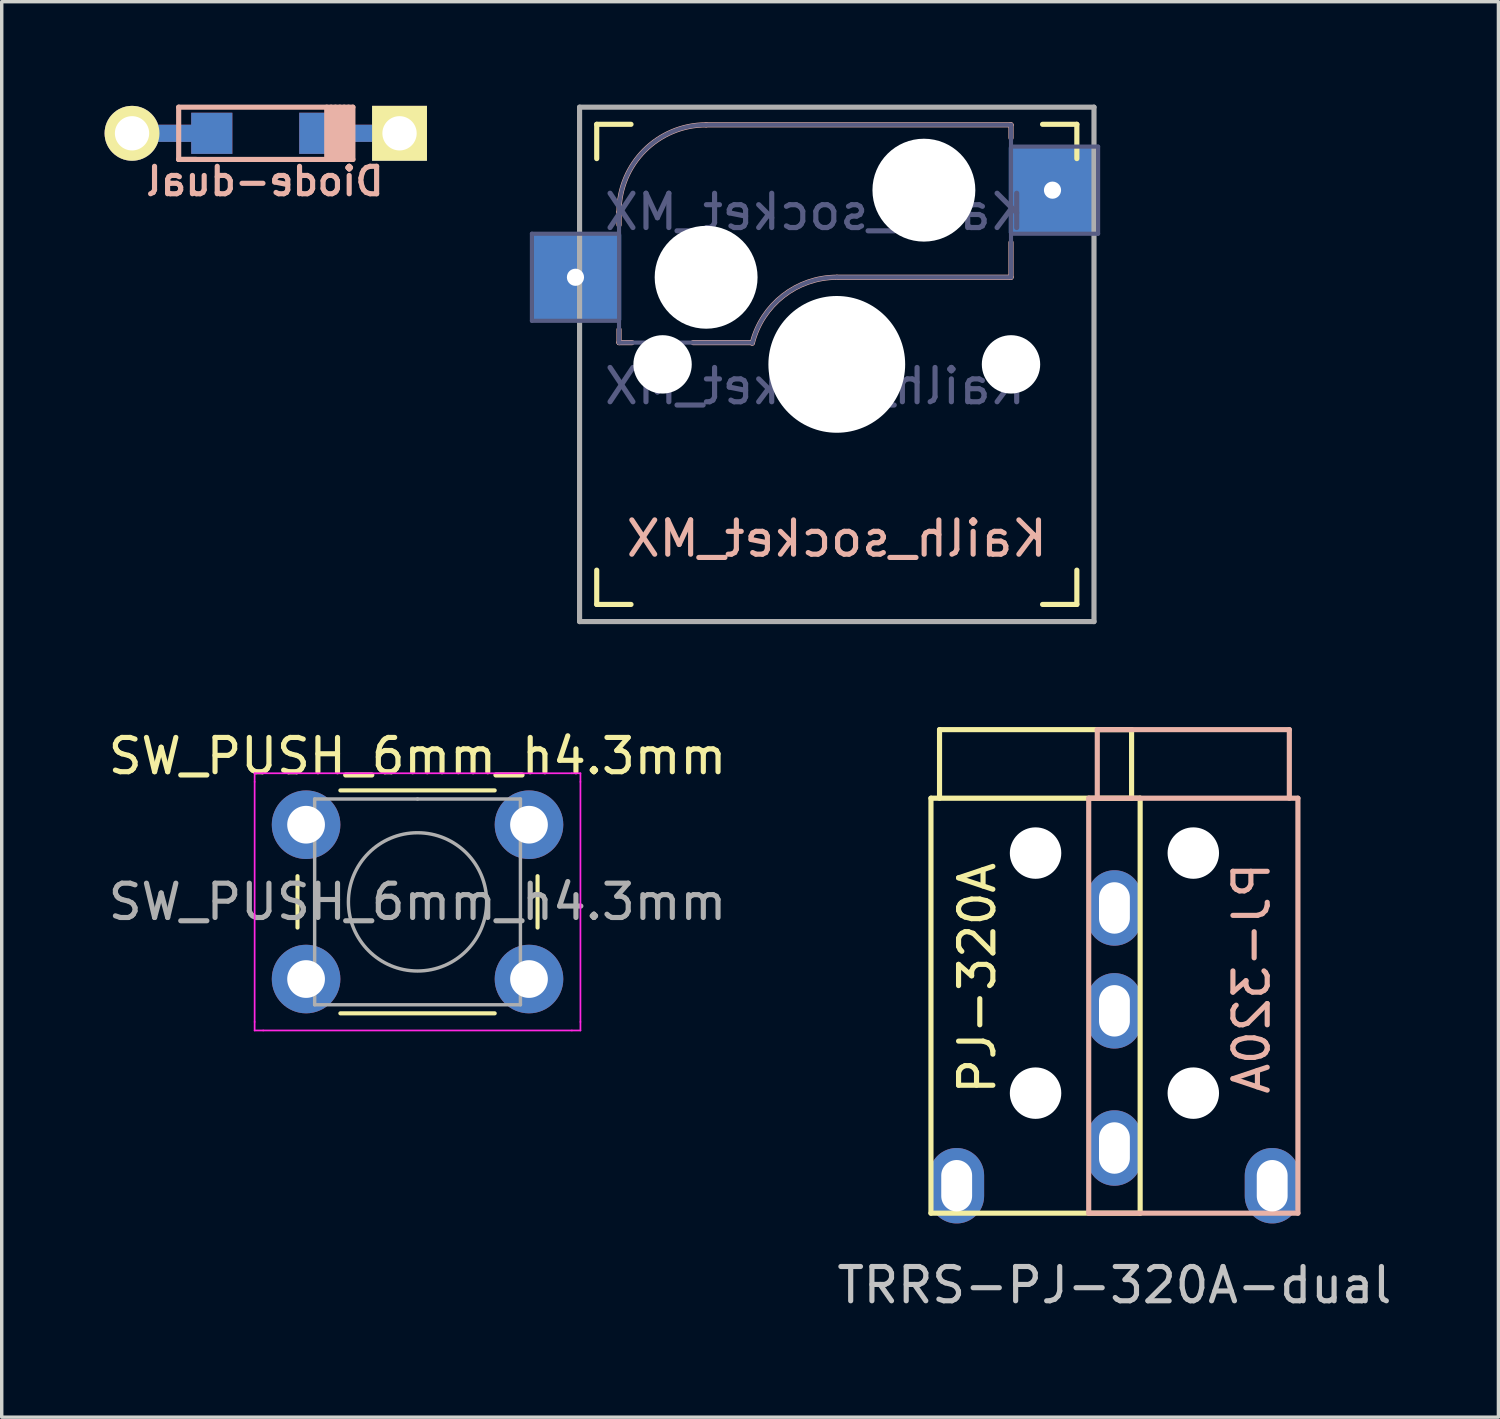
<source format=kicad_pcb>
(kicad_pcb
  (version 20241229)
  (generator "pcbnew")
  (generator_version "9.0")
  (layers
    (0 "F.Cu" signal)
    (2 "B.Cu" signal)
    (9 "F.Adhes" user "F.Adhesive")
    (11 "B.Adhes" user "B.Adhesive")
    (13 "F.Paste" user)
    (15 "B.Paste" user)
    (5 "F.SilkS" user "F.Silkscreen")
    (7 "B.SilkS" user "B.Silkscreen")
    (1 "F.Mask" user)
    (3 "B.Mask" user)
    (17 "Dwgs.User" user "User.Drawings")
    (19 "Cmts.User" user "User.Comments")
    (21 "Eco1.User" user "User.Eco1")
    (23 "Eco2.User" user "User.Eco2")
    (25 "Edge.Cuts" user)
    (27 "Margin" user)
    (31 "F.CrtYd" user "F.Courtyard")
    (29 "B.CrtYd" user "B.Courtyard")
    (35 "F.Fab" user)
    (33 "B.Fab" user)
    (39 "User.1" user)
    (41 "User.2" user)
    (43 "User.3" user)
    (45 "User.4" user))
  (footprint "Kailh_socket_MX"
    (layer "F.Cu")
    (at 21.35 7.575)
    (property "Reference" "Kailh_socket_MX" (at 0 5.08 0) (layer "B.SilkS") (effects (font (size 1 1) (thickness 0.15)) (justify mirror)))
    (property "Value" "Kailh_socket_MX" (at 0 8.255 0) (layer "F.Fab") (hide yes) (effects (font (size 1 1) (thickness 0.15))))
    (attr smd)
    (fp_line (start -7 -6) (end -7 -7) (stroke (width 0.15) (type solid)) (layer "F.SilkS"))
    (fp_line (start -7 7) (end -7 6) (stroke (width 0.15) (type solid)) (layer "F.SilkS"))
    (fp_line (start -7 7) (end -6 7) (stroke (width 0.15) (type solid)) (layer "F.SilkS"))
    (fp_line (start -6 -7) (end -7 -7) (stroke (width 0.15) (type solid)) (layer "F.SilkS"))
    (fp_line (start 6 7) (end 7 7) (stroke (width 0.15) (type solid)) (layer "F.SilkS"))
    (fp_line (start 7 -7) (end 6 -7) (stroke (width 0.15) (type solid)) (layer "F.SilkS"))
    (fp_line (start 7 -7) (end 7 -6) (stroke (width 0.15) (type solid)) (layer "F.SilkS"))
    (fp_line (start 7 6) (end 7 7) (stroke (width 0.15) (type solid)) (layer "F.SilkS"))
    (fp_line (start -6.35 -4.445) (end -6.35 -4.064) (stroke (width 0.15) (type solid)) (layer "B.SilkS"))
    (fp_line (start -6.35 -1.016) (end -6.35 -0.635) (stroke (width 0.15) (type solid)) (layer "B.SilkS"))
    (fp_line (start -5.969 -0.635) (end -6.35 -0.635) (stroke (width 0.15) (type solid)) (layer "B.SilkS"))
    (fp_line (start -3.81 -6.985) (end 5.08 -6.985) (stroke (width 0.15) (type solid)) (layer "B.SilkS"))
    (fp_line (start -2.464 -0.635) (end -4.191 -0.635) (stroke (width 0.15) (type solid)) (layer "B.SilkS"))
    (fp_line (start 5.08 -6.985) (end 5.08 -6.604) (stroke (width 0.15) (type solid)) (layer "B.SilkS"))
    (fp_line (start 5.08 -3.556) (end 5.08 -2.54) (stroke (width 0.15) (type solid)) (layer "B.SilkS"))
    (fp_line (start 5.08 -2.54) (end 0 -2.54) (stroke (width 0.15) (type solid)) (layer "B.SilkS"))
    (fp_arc (start -6.35 -4.445) (mid -5.606051 -6.241051) (end -3.81 -6.985) (stroke (width 0.15) (type solid)) (layer "B.SilkS"))
    (fp_arc (start -2.464162 -0.61604) (mid -1.563147 -2.002042) (end 0 -2.54) (stroke (width 0.15) (type solid)) (layer "B.SilkS"))
    (fp_line (start -6.9 6.9) (end -6.9 -6.9) (stroke (width 0.15) (type solid)) (layer "Eco2.User"))
    (fp_line (start -6.9 6.9) (end 6.9 6.9) (stroke (width 0.15) (type solid)) (layer "Eco2.User"))
    (fp_line (start 6.9 -6.9) (end -6.9 -6.9) (stroke (width 0.15) (type solid)) (layer "Eco2.User"))
    (fp_line (start 6.9 -6.9) (end 6.9 6.9) (stroke (width 0.15) (type solid)) (layer "Eco2.User"))
    (fp_line (start -8.89 -3.81) (end -6.35 -3.81) (stroke (width 0.12) (type solid)) (layer "B.Fab"))
    (fp_line (start -8.89 -1.27) (end -8.89 -3.81) (stroke (width 0.12) (type solid)) (layer "B.Fab"))
    (fp_line (start -6.35 -1.27) (end -8.89 -1.27) (stroke (width 0.12) (type solid)) (layer "B.Fab"))
    (fp_line (start -6.35 -0.635) (end -6.35 -4.445) (stroke (width 0.12) (type solid)) (layer "B.Fab"))
    (fp_line (start -6.35 -0.635) (end -2.54 -0.635) (stroke (width 0.12) (type solid)) (layer "B.Fab"))
    (fp_line (start -3.81 -6.985) (end 5.08 -6.985) (stroke (width 0.12) (type solid)) (layer "B.Fab"))
    (fp_line (start 5.08 -6.985) (end 5.08 -2.54) (stroke (width 0.12) (type solid)) (layer "B.Fab"))
    (fp_line (start 5.08 -6.35) (end 7.62 -6.35) (stroke (width 0.12) (type solid)) (layer "B.Fab"))
    (fp_line (start 5.08 -2.54) (end 0 -2.54) (stroke (width 0.12) (type solid)) (layer "B.Fab"))
    (fp_line (start 7.62 -6.35) (end 7.62 -3.81) (stroke (width 0.12) (type solid)) (layer "B.Fab"))
    (fp_line (start 7.62 -3.81) (end 5.08 -3.81) (stroke (width 0.12) (type solid)) (layer "B.Fab"))
    (fp_arc (start -6.35 -4.445) (mid -5.606051 -6.241051) (end -3.81 -6.985) (stroke (width 0.12) (type solid)) (layer "B.Fab"))
    (fp_arc (start -2.464162 -0.61604) (mid -1.563147 -2.002042) (end 0 -2.54) (stroke (width 0.12) (type solid)) (layer "B.Fab"))
    (fp_line (start -7.5 -7.5) (end 7.5 -7.5) (stroke (width 0.15) (type solid)) (layer "F.Fab"))
    (fp_line (start -7.5 7.5) (end -7.5 -7.5) (stroke (width 0.15) (type solid)) (layer "F.Fab"))
    (fp_line (start 7.5 -7.5) (end 7.5 7.5) (stroke (width 0.15) (type solid)) (layer "F.Fab"))
    (fp_line (start 7.5 7.5) (end -7.5 7.5) (stroke (width 0.15) (type solid)) (layer "F.Fab"))
    (fp_text user "${REFERENCE}" (at -0.635 -4.445 0) (layer "B.Fab") (effects (font (size 1 1) (thickness 0.15)) (justify mirror)))
    (fp_text user "${VALUE}" (at -0.635 0.635 0) (layer "B.Fab") (effects (font (size 1 1) (thickness 0.15)) (justify mirror)))
    (pad "" np_thru_hole circle (at -5.08 0) (size 1.702 1.702) (drill 1.702) (layers "*.Cu" "*.Mask"))
    (pad "" np_thru_hole circle (at -3.81 -2.54) (size 3 3) (drill 3) (layers "*.Cu" "*.Mask"))
    (pad "" np_thru_hole circle (at 0 0) (size 3.988 3.988) (drill 3.988) (layers "*.Cu" "*.Mask"))
    (pad "" np_thru_hole circle (at 2.54 -5.08) (size 3 3) (drill 3) (layers "*.Cu" "*.Mask"))
    (pad "" np_thru_hole circle (at 5.08 0) (size 1.702 1.702) (drill 1.702) (layers "*.Cu" "*.Mask"))
    (pad "1" thru_hole circle (at -7.62 -2.54) (size 1 1) (drill 0.5) (layers "*.Cu"))
    (pad "1" smd rect (at -7.56 -2.54) (size 2.55 2.5) (layers "B.Cu" "B.Mask" "B.Paste"))
    (pad "2" thru_hole circle (at 6.29 -5.08) (size 1 1) (drill 0.5) (layers "*.Cu"))
    (pad "2" smd rect (at 6.29 -5.08) (size 2.55 2.5) (layers "B.Cu" "B.Mask" "B.Paste")))
  (footprint "SW_PUSH_6mm_h4.3mm"
    (layer "F.Cu")
    (at 5.875 20.998)
    (property "Reference" "SW_PUSH_6mm_h4.3mm" (at 3.25 -2 0) (layer "F.SilkS") (effects (font (size 1 1) (thickness 0.15))))
    (attr through_hole)
    (fp_line (start -0.25 1.5) (end -0.25 3) (stroke (width 0.12) (type solid)) (layer "F.SilkS"))
    (fp_line (start 1 5.5) (end 5.5 5.5) (stroke (width 0.12) (type solid)) (layer "F.SilkS"))
    (fp_line (start 5.5 -1) (end 1 -1) (stroke (width 0.12) (type solid)) (layer "F.SilkS"))
    (fp_line (start 6.75 3) (end 6.75 1.5) (stroke (width 0.12) (type solid)) (layer "F.SilkS"))
    (fp_line (start -1.5 -1.5) (end -1.25 -1.5) (stroke (width 0.05) (type solid)) (layer "F.CrtYd"))
    (fp_line (start -1.5 -1.25) (end -1.5 -1.5) (stroke (width 0.05) (type solid)) (layer "F.CrtYd"))
    (fp_line (start -1.5 5.75) (end -1.5 -1.25) (stroke (width 0.05) (type solid)) (layer "F.CrtYd"))
    (fp_line (start -1.5 5.75) (end -1.5 6) (stroke (width 0.05) (type solid)) (layer "F.CrtYd"))
    (fp_line (start -1.5 6) (end -1.25 6) (stroke (width 0.05) (type solid)) (layer "F.CrtYd"))
    (fp_line (start -1.25 -1.5) (end 7.75 -1.5) (stroke (width 0.05) (type solid)) (layer "F.CrtYd"))
    (fp_line (start 7.75 -1.5) (end 8 -1.5) (stroke (width 0.05) (type solid)) (layer "F.CrtYd"))
    (fp_line (start 7.75 6) (end -1.25 6) (stroke (width 0.05) (type solid)) (layer "F.CrtYd"))
    (fp_line (start 7.75 6) (end 8 6) (stroke (width 0.05) (type solid)) (layer "F.CrtYd"))
    (fp_line (start 8 -1.5) (end 8 -1.25) (stroke (width 0.05) (type solid)) (layer "F.CrtYd"))
    (fp_line (start 8 -1.25) (end 8 5.75) (stroke (width 0.05) (type solid)) (layer "F.CrtYd"))
    (fp_line (start 8 6) (end 8 5.75) (stroke (width 0.05) (type solid)) (layer "F.CrtYd"))
    (fp_line (start 0.25 -0.75) (end 3.25 -0.75) (stroke (width 0.1) (type solid)) (layer "F.Fab"))
    (fp_line (start 0.25 5.25) (end 0.25 -0.75) (stroke (width 0.1) (type solid)) (layer "F.Fab"))
    (fp_line (start 3.25 -0.75) (end 6.25 -0.75) (stroke (width 0.1) (type solid)) (layer "F.Fab"))
    (fp_line (start 6.25 -0.75) (end 6.25 5.25) (stroke (width 0.1) (type solid)) (layer "F.Fab"))
    (fp_line (start 6.25 5.25) (end 0.25 5.25) (stroke (width 0.1) (type solid)) (layer "F.Fab"))
    (fp_circle (center 3.25 2.25) (end 1.25 2.5) (stroke (width 0.1) (type solid)) (fill no) (layer "F.Fab"))
    (fp_text user "${REFERENCE}" (at 3.25 2.25 0) (layer "F.Fab") (effects (font (size 1 1) (thickness 0.15))))
    (pad "1" thru_hole circle (at 0 0 90) (size 2 2) (drill 1.1) (layers "*.Cu" "*.Mask"))
    (pad "1" thru_hole circle (at 6.5 0 90) (size 2 2) (drill 1.1) (layers "*.Cu" "*.Mask"))
    (pad "2" thru_hole circle (at 0 4.5 90) (size 2 2) (drill 1.1) (layers "*.Cu" "*.Mask"))
    (pad "2" thru_hole circle (at 6.5 4.5 90) (size 2 2) (drill 1.1) (layers "*.Cu" "*.Mask")))
  (footprint "TRRS-PJ-320A-dual"
    (layer "F.Cu")
    (at 29.446 20.225)
    (property "Reference" "TRRS-PJ-320A-dual" (at 0 14.2 0) (layer "Dwgs.User") (effects (font (size 1 1) (thickness 0.15))))
    (attr through_hole)
    (fp_line (start -5.35 0) (end -5.35 12.1) (stroke (width 0.15) (type solid)) (layer "F.SilkS"))
    (fp_line (start -5.1 0) (end -5.1 -2) (stroke (width 0.15) (type solid)) (layer "F.SilkS"))
    (fp_line (start 0.5 -2) (end -5.1 -2) (stroke (width 0.15) (type solid)) (layer "F.SilkS"))
    (fp_line (start 0.5 0) (end 0.5 -2) (stroke (width 0.15) (type solid)) (layer "F.SilkS"))
    (fp_line (start 0.75 0) (end -5.35 0) (stroke (width 0.15) (type solid)) (layer "F.SilkS"))
    (fp_line (start 0.75 0) (end 0.75 12.1) (stroke (width 0.15) (type solid)) (layer "F.SilkS"))
    (fp_line (start 0.75 12.1) (end -5.35 12.1) (stroke (width 0.15) (type solid)) (layer "F.SilkS"))
    (fp_line (start -0.75 0) (end -0.75 12.1) (stroke (width 0.15) (type solid)) (layer "B.SilkS"))
    (fp_line (start -0.75 0) (end 5.35 0) (stroke (width 0.15) (type solid)) (layer "B.SilkS"))
    (fp_line (start -0.75 12.1) (end 5.35 12.1) (stroke (width 0.15) (type solid)) (layer "B.SilkS"))
    (fp_line (start -0.5 -2) (end 5.1 -2) (stroke (width 0.15) (type solid)) (layer "B.SilkS"))
    (fp_line (start -0.5 0) (end -0.5 -2) (stroke (width 0.15) (type solid)) (layer "B.SilkS"))
    (fp_line (start 5.1 0) (end 5.1 -2) (stroke (width 0.15) (type solid)) (layer "B.SilkS"))
    (fp_line (start 5.35 0) (end 5.35 12.1) (stroke (width 0.15) (type solid)) (layer "B.SilkS"))
    (fp_text user "PJ-320A" (at -4 5.25 90) (layer "F.SilkS") (effects (font (size 1 1) (thickness 0.15))))
    (fp_text user "PJ-320A" (at 4 5.25 270) (layer "B.SilkS") (effects (font (size 1 1) (thickness 0.15)) (justify mirror)))
    (pad "" np_thru_hole circle (at -2.3 1.6) (size 1.5 1.5) (drill 1.5) (layers "*.Cu" "*.Mask"))
    (pad "" np_thru_hole circle (at -2.3 8.6) (size 1.5 1.5) (drill 1.5) (layers "*.Cu" "*.Mask"))
    (pad "" np_thru_hole circle (at 2.3 1.6) (size 1.5 1.5) (drill 1.5) (layers "*.Cu" "*.Mask"))
    (pad "" np_thru_hole circle (at 2.3 8.6) (size 1.5 1.5) (drill 1.5) (layers "*.Cu" "*.Mask"))
    (pad "1" thru_hole oval (at -4.6 11.3) (size 1.6 2.2) (drill oval 0.9 1.5) (layers "*.Cu" "*.Mask"))
    (pad "1" thru_hole oval (at 4.6 11.3) (size 1.6 2.2) (drill oval 0.9 1.5) (layers "*.Cu" "*.Mask"))
    (pad "2" thru_hole oval (at 0 10.2) (size 1.6 2.2) (drill oval 0.9 1.5) (layers "*.Cu" "*.Mask"))
    (pad "3" thru_hole oval (at 0 6.2) (size 1.6 2.2) (drill oval 0.9 1.5) (layers "*.Cu" "*.Mask"))
    (pad "4" thru_hole oval (at 0 3.2) (size 1.6 2.2) (drill oval 0.9 1.5) (layers "*.Cu" "*.Mask")))
  (footprint "Diode-dual"
    (layer "F.Cu")
    (at 4.7 0.837)
    (property "Reference" "Diode-dual" (at -0.025 1.4 0) (layer "B.SilkS") (effects (font (size 0.8 0.8) (thickness 0.15)) (justify mirror)))
    (attr smd)
    (fp_line (start -2.54 0.762) (end -2.032 0.762) (stroke (width 0.15) (type solid)) (layer "B.SilkS"))
    (fp_line (start -2.54 0.762) (end 2.54 0.762) (stroke (width 0.15) (type solid)) (layer "B.SilkS"))
    (fp_line (start -2.54 -0.762) (end -2.54 0.762) (stroke (width 0.15) (type solid)) (layer "B.SilkS"))
    (fp_line (start 1.778 0.762) (end 1.778 -0.762) (stroke (width 0.15) (type solid)) (layer "B.SilkS"))
    (fp_line (start 1.905 0.762) (end 1.905 -0.762) (stroke (width 0.15) (type solid)) (layer "B.SilkS"))
    (fp_line (start 2.032 -0.762) (end 2.032 0.762) (stroke (width 0.15) (type solid)) (layer "B.SilkS"))
    (fp_line (start 2.159 0.762) (end 2.159 -0.762) (stroke (width 0.15) (type solid)) (layer "B.SilkS"))
    (fp_line (start 2.286 -0.762) (end 2.286 0.762) (stroke (width 0.15) (type solid)) (layer "B.SilkS"))
    (fp_line (start 2.413 0.762) (end 2.413 -0.762) (stroke (width 0.15) (type solid)) (layer "B.SilkS"))
    (fp_line (start 2.54 0.762) (end 2.54 -0.762) (stroke (width 0.15) (type solid)) (layer "B.SilkS"))
    (fp_line (start 2.54 -0.762) (end -2.54 -0.762) (stroke (width 0.15) (type solid)) (layer "B.SilkS"))
    (pad "1" smd rect (at 1.575 0) (size 1.2 1.2) (layers "F.Cu" "F.Mask" "F.Paste"))
    (pad "1" smd rect (at 1.575 0) (size 1.2 1.2) (layers "B.Cu" "B.Mask" "B.Paste"))
    (pad "1" smd rect (at 2.7 0) (size 2.5 0.5) (layers "F.Cu"))
    (pad "1" smd rect (at 2.7 0) (size 2.5 0.5) (layers "B.Cu"))
    (pad "1" thru_hole rect (at 3.9 0) (size 1.6 1.6) (drill 1) (layers "*.Cu" "*.Mask" "F.SilkS"))
    (pad "2" thru_hole circle (at -3.9 0) (size 1.6 1.6) (drill 1) (layers "*.Cu" "*.Mask" "F.SilkS"))
    (pad "2" smd rect (at -2.7 0) (size 2.5 0.5) (layers "F.Cu"))
    (pad "2" smd rect (at -2.7 0) (size 2.5 0.5) (layers "B.Cu"))
    (pad "2" smd rect (at -1.575 0) (size 1.2 1.2) (layers "F.Cu" "F.Mask" "F.Paste"))
    (pad "2" smd rect (at -1.575 0) (size 1.2 1.2) (layers "B.Cu" "B.Mask" "B.Paste")))
  (gr_rect
    (start -3 -3)
    (end 40.643 38.273)
    (stroke (width 0.1) (type default))
    (fill no)
    (layer "Edge.Cuts")))
</source>
